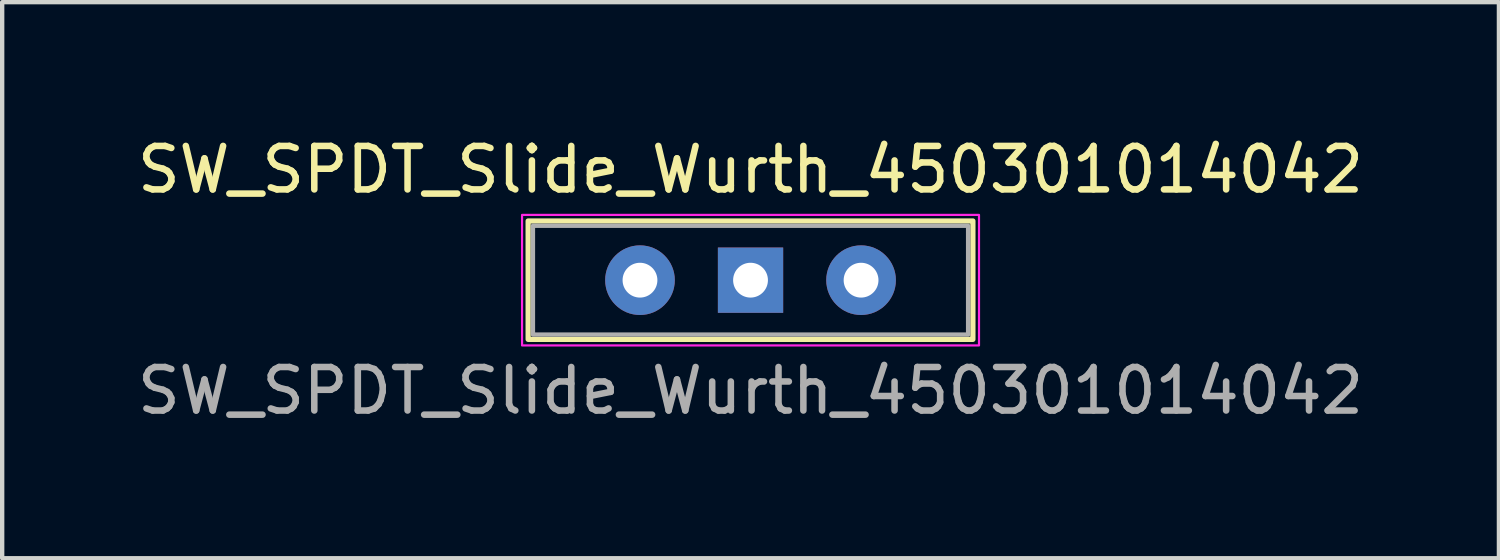
<source format=kicad_pcb>
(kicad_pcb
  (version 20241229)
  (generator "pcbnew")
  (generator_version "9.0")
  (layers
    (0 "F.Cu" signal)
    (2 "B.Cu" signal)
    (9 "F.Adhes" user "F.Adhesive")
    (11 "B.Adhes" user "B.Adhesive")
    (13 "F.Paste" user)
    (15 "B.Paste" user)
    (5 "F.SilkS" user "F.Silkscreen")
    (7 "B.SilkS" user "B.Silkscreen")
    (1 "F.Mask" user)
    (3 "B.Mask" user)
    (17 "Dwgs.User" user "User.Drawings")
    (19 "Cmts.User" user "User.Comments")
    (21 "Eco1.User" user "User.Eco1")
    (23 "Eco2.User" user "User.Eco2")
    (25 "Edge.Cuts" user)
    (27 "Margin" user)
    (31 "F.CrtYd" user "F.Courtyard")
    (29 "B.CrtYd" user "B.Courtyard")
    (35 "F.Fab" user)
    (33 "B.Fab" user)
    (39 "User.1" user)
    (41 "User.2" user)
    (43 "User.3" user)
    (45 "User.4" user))
  (footprint "SW_SPDT_Slide_Wurth_450301014042"
    (layer "F.Cu")
    (at 14.196 3.388)
    (property "Reference" "SW_SPDT_Slide_Wurth_450301014042" (at 0 -2.54 0) (layer "F.SilkS") (effects (font (size 1 1) (thickness 0.15))))
    (attr through_hole)
    (fp_rect (start -5.11 -1.36) (end 5.11 1.36) (stroke (width 0.12) (type default)) (fill no) (layer "F.SilkS"))
    (fp_rect (start -5.25 -1.5) (end 5.25 1.5) (stroke (width 0.05) (type default)) (fill no) (layer "F.CrtYd"))
    (fp_rect (start -5 -1.25) (end 5 1.25) (stroke (width 0.1) (type default)) (fill no) (layer "F.Fab"))
    (fp_text user "${REFERENCE}" (at 0 2.54 0) (layer "F.Fab") (effects (font (size 1 1) (thickness 0.15))))
    (pad "1" thru_hole rect (at 0 0) (size 1.5 1.5) (drill 0.8) (layers "*.Cu" "*.Mask"))
    (pad "2" thru_hole circle (at -2.54 0) (size 1.6 1.6) (drill 0.8) (layers "*.Cu" "*.Mask"))
    (pad "3" thru_hole circle (at 2.54 0) (size 1.6 1.6) (drill 0.8) (layers "*.Cu" "*.Mask")))
  (gr_rect
    (start -3 -3)
    (end 31.393 9.777)
    (stroke (width 0.1) (type default))
    (fill no)
    (layer "Edge.Cuts")))
</source>
